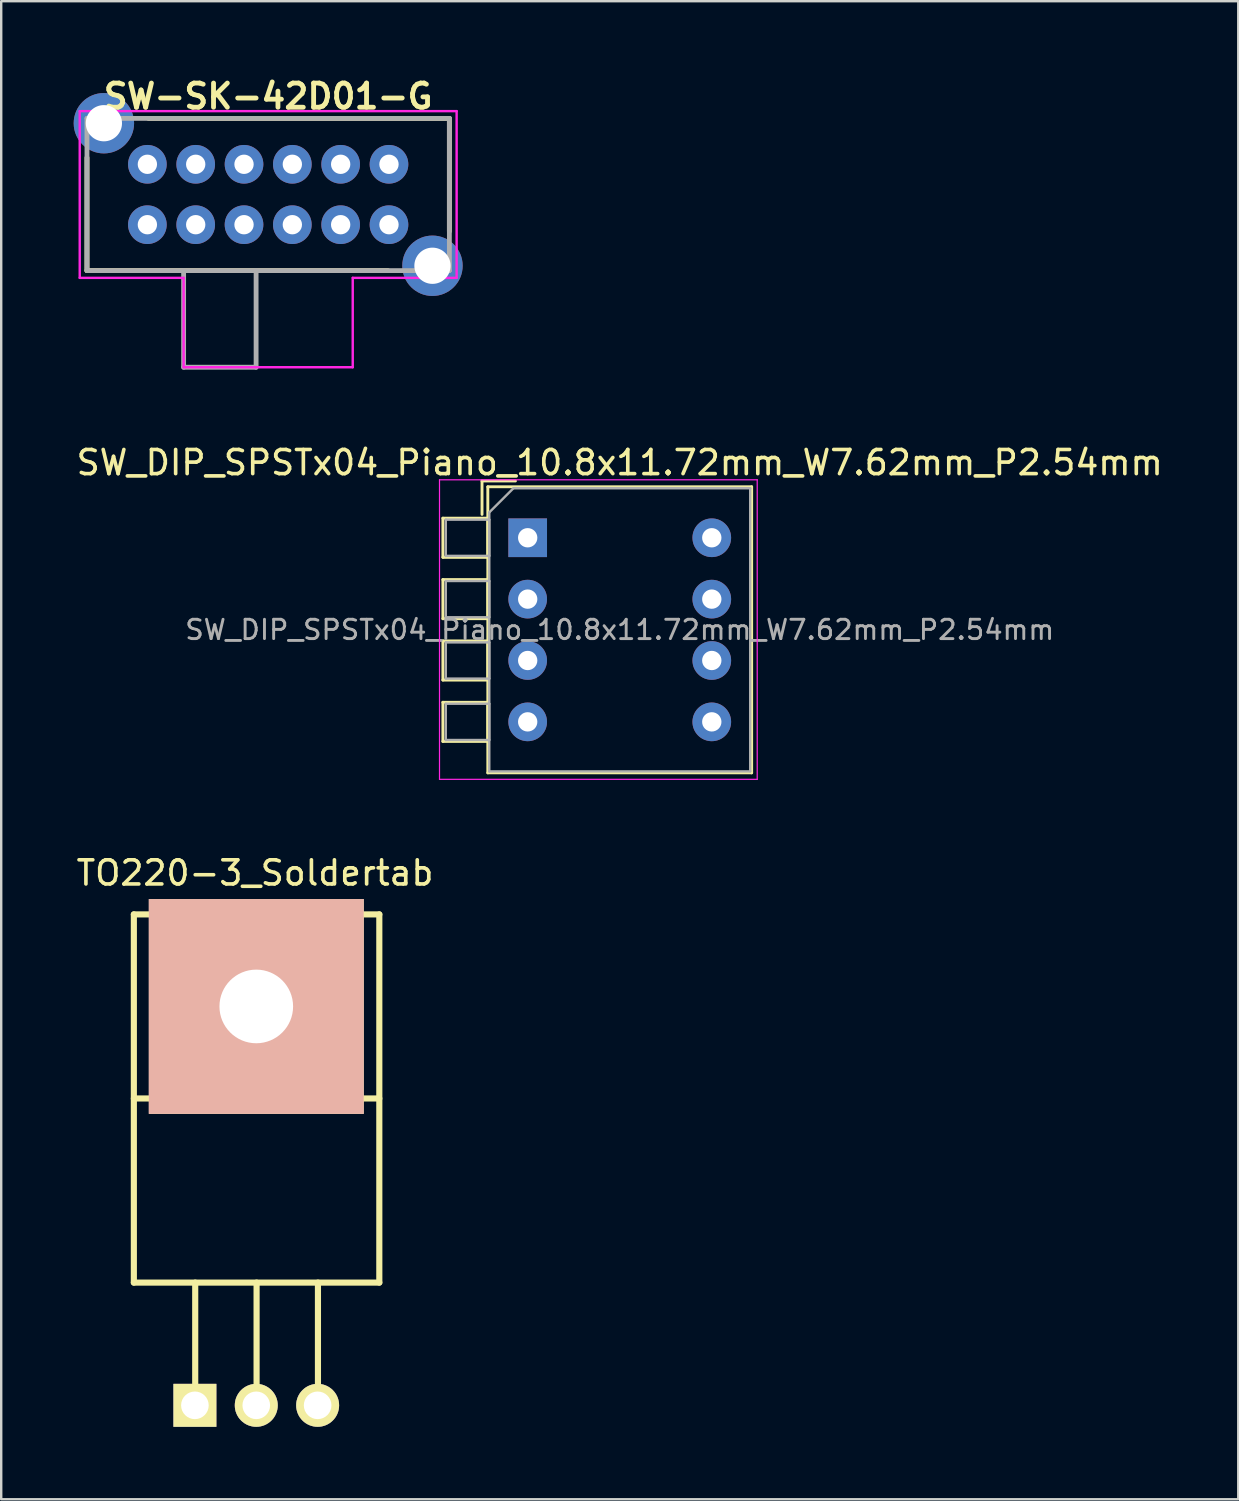
<source format=kicad_pcb>
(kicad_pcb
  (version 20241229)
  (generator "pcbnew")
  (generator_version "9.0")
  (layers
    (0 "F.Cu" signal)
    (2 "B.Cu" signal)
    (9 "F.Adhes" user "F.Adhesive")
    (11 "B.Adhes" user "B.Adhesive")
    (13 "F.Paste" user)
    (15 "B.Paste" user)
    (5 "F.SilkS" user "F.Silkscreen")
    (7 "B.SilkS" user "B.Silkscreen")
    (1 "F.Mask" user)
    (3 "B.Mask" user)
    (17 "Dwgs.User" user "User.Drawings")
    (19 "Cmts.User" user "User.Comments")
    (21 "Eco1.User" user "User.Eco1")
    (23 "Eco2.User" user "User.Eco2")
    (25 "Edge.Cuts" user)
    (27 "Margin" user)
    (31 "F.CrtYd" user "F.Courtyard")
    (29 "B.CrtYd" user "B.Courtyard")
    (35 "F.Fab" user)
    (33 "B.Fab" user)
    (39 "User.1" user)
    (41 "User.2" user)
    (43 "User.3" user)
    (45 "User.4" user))
  (footprint "TO220-3_Soldertab"
    (layer "F.Cu")
    (at 7.557 55.117)
    (property "Reference" "TO220-3_Soldertab" (at -0.051 -22.035 180) (layer "F.SilkS") (effects (font (size 1 1) (thickness 0.15))))
    (attr through_hole)
    (fp_line (start -5.067 -20.32) (end -5.067 -5.08) (stroke (width 0.254) (type solid)) (layer "F.SilkS"))
    (fp_line (start -5.067 -5.08) (end 5.093 -5.08) (stroke (width 0.254) (type solid)) (layer "F.SilkS"))
    (fp_line (start -2.527 0) (end -2.527 -5.08) (stroke (width 0.254) (type solid)) (layer "F.SilkS"))
    (fp_line (start 0.013 0) (end 0.013 -5.08) (stroke (width 0.254) (type solid)) (layer "F.SilkS"))
    (fp_line (start 2.553 0) (end 2.553 -5.08) (stroke (width 0.254) (type solid)) (layer "F.SilkS"))
    (fp_line (start 3.823 -12.7) (end -5.067 -12.7) (stroke (width 0.254) (type solid)) (layer "F.SilkS"))
    (fp_line (start 3.823 -12.7) (end 5.093 -12.7) (stroke (width 0.254) (type solid)) (layer "F.SilkS"))
    (fp_line (start 5.093 -20.32) (end -5.067 -20.32) (stroke (width 0.254) (type solid)) (layer "F.SilkS"))
    (fp_line (start 5.093 -5.08) (end 5.093 -20.32) (stroke (width 0.254) (type solid)) (layer "F.SilkS"))
    (pad "1" thru_hole rect (at -2.54 0) (size 1.778 1.778) (drill 1.143) (layers "*.Cu" "*.Mask" "F.SilkS"))
    (pad "2" thru_hole circle (at 0 0) (size 1.778 1.778) (drill 1.143) (layers "*.Cu" "*.Mask" "F.SilkS"))
    (pad "3" thru_hole circle (at 2.54 0) (size 1.778 1.778) (drill 1.143) (layers "*.Cu" "*.Mask" "F.SilkS"))
    (pad "4" thru_hole rect (at 0 -16.51) (size 8.89 8.89) (drill 3.048) (layers "*.Cu" "*.SilkS" "*.Mask")))
  (footprint "SW_DIP_SPSTx04_Piano_10.8x11.72mm_W7.62mm_P2.54mm"
    (layer "F.Cu")
    (at 18.791 19.208)
    (property "Reference" "SW_DIP_SPSTx04_Piano_10.8x11.72mm_W7.62mm_P2.54mm" (at 3.81 -3.11 180) (layer "F.SilkS") (effects (font (size 1 1) (thickness 0.15))))
    (attr through_hole)
    (fp_line (start -3.51 -0.81) (end -3.51 0.81) (stroke (width 0.12) (type solid)) (layer "F.SilkS"))
    (fp_line (start -3.51 -0.81) (end -1.65 -0.81) (stroke (width 0.12) (type solid)) (layer "F.SilkS"))
    (fp_line (start -3.51 0.81) (end -1.65 0.81) (stroke (width 0.12) (type solid)) (layer "F.SilkS"))
    (fp_line (start -3.51 1.73) (end -3.51 3.35) (stroke (width 0.12) (type solid)) (layer "F.SilkS"))
    (fp_line (start -3.51 1.73) (end -1.65 1.73) (stroke (width 0.12) (type solid)) (layer "F.SilkS"))
    (fp_line (start -3.51 3.35) (end -1.65 3.35) (stroke (width 0.12) (type solid)) (layer "F.SilkS"))
    (fp_line (start -3.51 4.27) (end -3.51 5.89) (stroke (width 0.12) (type solid)) (layer "F.SilkS"))
    (fp_line (start -3.51 4.27) (end -1.65 4.27) (stroke (width 0.12) (type solid)) (layer "F.SilkS"))
    (fp_line (start -3.51 5.89) (end -1.65 5.89) (stroke (width 0.12) (type solid)) (layer "F.SilkS"))
    (fp_line (start -3.51 6.81) (end -3.51 8.43) (stroke (width 0.12) (type solid)) (layer "F.SilkS"))
    (fp_line (start -3.51 6.81) (end -1.65 6.81) (stroke (width 0.12) (type solid)) (layer "F.SilkS"))
    (fp_line (start -3.51 8.43) (end -1.65 8.43) (stroke (width 0.12) (type solid)) (layer "F.SilkS"))
    (fp_line (start -1.89 -2.35) (end -1.89 -0.967) (stroke (width 0.12) (type solid)) (layer "F.SilkS"))
    (fp_line (start -1.89 -2.35) (end -0.507 -2.35) (stroke (width 0.12) (type solid)) (layer "F.SilkS"))
    (fp_line (start -1.65 -2.11) (end -1.65 9.73) (stroke (width 0.12) (type solid)) (layer "F.SilkS"))
    (fp_line (start -1.65 -2.11) (end 9.27 -2.11) (stroke (width 0.12) (type solid)) (layer "F.SilkS"))
    (fp_line (start -1.65 -0.81) (end -1.65 0.81) (stroke (width 0.12) (type solid)) (layer "F.SilkS"))
    (fp_line (start -1.65 1.73) (end -1.65 3.35) (stroke (width 0.12) (type solid)) (layer "F.SilkS"))
    (fp_line (start -1.65 4.27) (end -1.65 5.89) (stroke (width 0.12) (type solid)) (layer "F.SilkS"))
    (fp_line (start -1.65 6.81) (end -1.65 8.43) (stroke (width 0.12) (type solid)) (layer "F.SilkS"))
    (fp_line (start -1.65 9.73) (end 9.27 9.73) (stroke (width 0.12) (type solid)) (layer "F.SilkS"))
    (fp_line (start 9.27 -2.11) (end 9.27 9.73) (stroke (width 0.12) (type solid)) (layer "F.SilkS"))
    (fp_line (start -3.65 -2.4) (end -3.65 10) (stroke (width 0.05) (type solid)) (layer "F.CrtYd"))
    (fp_line (start -3.65 10) (end 9.5 10) (stroke (width 0.05) (type solid)) (layer "F.CrtYd"))
    (fp_line (start 9.5 -2.4) (end -3.65 -2.4) (stroke (width 0.05) (type solid)) (layer "F.CrtYd"))
    (fp_line (start 9.5 10) (end 9.5 -2.4) (stroke (width 0.05) (type solid)) (layer "F.CrtYd"))
    (fp_line (start -3.39 -0.75) (end -1.59 -0.75) (stroke (width 0.1) (type solid)) (layer "F.Fab"))
    (fp_line (start -3.39 0.75) (end -3.39 -0.75) (stroke (width 0.1) (type solid)) (layer "F.Fab"))
    (fp_line (start -3.39 1.79) (end -1.59 1.79) (stroke (width 0.1) (type solid)) (layer "F.Fab"))
    (fp_line (start -3.39 3.29) (end -3.39 1.79) (stroke (width 0.1) (type solid)) (layer "F.Fab"))
    (fp_line (start -3.39 4.33) (end -1.59 4.33) (stroke (width 0.1) (type solid)) (layer "F.Fab"))
    (fp_line (start -3.39 5.83) (end -3.39 4.33) (stroke (width 0.1) (type solid)) (layer "F.Fab"))
    (fp_line (start -3.39 6.87) (end -1.59 6.87) (stroke (width 0.1) (type solid)) (layer "F.Fab"))
    (fp_line (start -3.39 8.37) (end -3.39 6.87) (stroke (width 0.1) (type solid)) (layer "F.Fab"))
    (fp_line (start -1.59 -1.05) (end -0.59 -2.05) (stroke (width 0.1) (type solid)) (layer "F.Fab"))
    (fp_line (start -1.59 -0.75) (end -1.59 0.75) (stroke (width 0.1) (type solid)) (layer "F.Fab"))
    (fp_line (start -1.59 0.75) (end -3.39 0.75) (stroke (width 0.1) (type solid)) (layer "F.Fab"))
    (fp_line (start -1.59 1.79) (end -1.59 3.29) (stroke (width 0.1) (type solid)) (layer "F.Fab"))
    (fp_line (start -1.59 3.29) (end -3.39 3.29) (stroke (width 0.1) (type solid)) (layer "F.Fab"))
    (fp_line (start -1.59 4.33) (end -1.59 5.83) (stroke (width 0.1) (type solid)) (layer "F.Fab"))
    (fp_line (start -1.59 5.83) (end -3.39 5.83) (stroke (width 0.1) (type solid)) (layer "F.Fab"))
    (fp_line (start -1.59 6.87) (end -1.59 8.37) (stroke (width 0.1) (type solid)) (layer "F.Fab"))
    (fp_line (start -1.59 8.37) (end -3.39 8.37) (stroke (width 0.1) (type solid)) (layer "F.Fab"))
    (fp_line (start -1.59 9.67) (end -1.59 -1.05) (stroke (width 0.1) (type solid)) (layer "F.Fab"))
    (fp_line (start -0.59 -2.05) (end 9.21 -2.05) (stroke (width 0.1) (type solid)) (layer "F.Fab"))
    (fp_line (start 9.21 -2.05) (end 9.21 9.67) (stroke (width 0.1) (type solid)) (layer "F.Fab"))
    (fp_line (start 9.21 9.67) (end -1.59 9.67) (stroke (width 0.1) (type solid)) (layer "F.Fab"))
    (fp_text user "${REFERENCE}" (at 3.81 3.81 180) (layer "F.Fab") (effects (font (size 0.8 0.8) (thickness 0.12))))
    (pad "1" thru_hole rect (at 0 0) (size 1.6 1.6) (drill 0.8) (layers "*.Cu" "*.Mask"))
    (pad "2" thru_hole oval (at 0 2.54) (size 1.6 1.6) (drill 0.8) (layers "*.Cu" "*.Mask"))
    (pad "3" thru_hole oval (at 0 5.08) (size 1.6 1.6) (drill 0.8) (layers "*.Cu" "*.Mask"))
    (pad "4" thru_hole oval (at 0 7.62) (size 1.6 1.6) (drill 0.8) (layers "*.Cu" "*.Mask"))
    (pad "5" thru_hole oval (at 7.62 7.62) (size 1.6 1.6) (drill 0.8) (layers "*.Cu" "*.Mask"))
    (pad "6" thru_hole oval (at 7.62 5.08) (size 1.6 1.6) (drill 0.8) (layers "*.Cu" "*.Mask"))
    (pad "7" thru_hole oval (at 7.62 2.54) (size 1.6 1.6) (drill 0.8) (layers "*.Cu" "*.Mask"))
    (pad "8" thru_hole oval (at 7.62 0) (size 1.6 1.6) (drill 0.8) (layers "*.Cu" "*.Mask")))
  (footprint "SW-SK-42D01-G"
    (layer "F.Cu")
    (at 8.05 5)
    (property "Reference" "SW-SK-42D01-G" (at 0 -4.064 0) (layer "F.SilkS") (effects (font (size 1 1) (thickness 0.2))))
    (attr through_hole)
    (fp_line (start -7.5 -1.524) (end -7.5 3.15) (stroke (width 0.2) (type solid)) (layer "F.SilkS"))
    (fp_line (start -7.5 3.15) (end 4.953 3.15) (stroke (width 0.2) (type solid)) (layer "F.SilkS"))
    (fp_line (start -4.953 -3.15) (end 7.5 -3.15) (stroke (width 0.2) (type solid)) (layer "F.SilkS"))
    (fp_line (start 7.5 -3.15) (end 7.5 1.524) (stroke (width 0.2) (type solid)) (layer "F.SilkS"))
    (fp_line (start -7.8 -3.45) (end -7.8 3.45) (stroke (width 0.1) (type solid)) (layer "F.CrtYd"))
    (fp_line (start -7.8 -3.45) (end 7.8 -3.45) (stroke (width 0.1) (type solid)) (layer "F.CrtYd"))
    (fp_line (start -7.8 3.45) (end -3.5 3.45) (stroke (width 0.1) (type solid)) (layer "F.CrtYd"))
    (fp_line (start -3.5 3.45) (end -3.5 7.15) (stroke (width 0.1) (type solid)) (layer "F.CrtYd"))
    (fp_line (start -3.5 7.15) (end 3.5 7.15) (stroke (width 0.1) (type solid)) (layer "F.CrtYd"))
    (fp_line (start 3.5 3.45) (end 7.8 3.45) (stroke (width 0.1) (type solid)) (layer "F.CrtYd"))
    (fp_line (start 3.5 7.15) (end 3.5 3.45) (stroke (width 0.1) (type solid)) (layer "F.CrtYd"))
    (fp_line (start 7.8 3.45) (end 7.8 -3.45) (stroke (width 0.1) (type solid)) (layer "F.CrtYd"))
    (fp_line (start -7.5 -3.15) (end -7.5 3.15) (stroke (width 0.2) (type solid)) (layer "F.Fab"))
    (fp_line (start -7.5 -3.15) (end 7.5 -3.15) (stroke (width 0.2) (type solid)) (layer "F.Fab"))
    (fp_line (start -7.5 3.15) (end 7.5 3.15) (stroke (width 0.2) (type solid)) (layer "F.Fab"))
    (fp_line (start -3.5 3.15) (end -3.5 7.15) (stroke (width 0.2) (type solid)) (layer "F.Fab"))
    (fp_line (start -3.5 7.15) (end -0.5 7.15) (stroke (width 0.2) (type solid)) (layer "F.Fab"))
    (fp_line (start -0.5 3.15) (end -0.5 7.15) (stroke (width 0.2) (type solid)) (layer "F.Fab"))
    (fp_line (start 7.5 -3.15) (end 7.5 3.15) (stroke (width 0.2) (type solid)) (layer "F.Fab"))
    (pad "0" thru_hole circle (at -6.8 -2.95) (size 2.5 2.5) (drill 1.5) (layers "*.Cu" "*.Mask"))
    (pad "0" thru_hole circle (at 6.8 2.95) (size 2.5 2.5) (drill 1.5) (layers "*.Cu" "*.Mask"))
    (pad "1" thru_hole circle (at -5 -1.25) (size 1.6 1.6) (drill 0.8) (layers "*.Cu" "*.Mask"))
    (pad "2" thru_hole circle (at -3 -1.25) (size 1.6 1.6) (drill 0.8) (layers "*.Cu" "*.Mask"))
    (pad "3" thru_hole circle (at -1 -1.25) (size 1.6 1.6) (drill 0.8) (layers "*.Cu" "*.Mask"))
    (pad "4" thru_hole circle (at 1 -1.25) (size 1.6 1.6) (drill 0.8) (layers "*.Cu" "*.Mask"))
    (pad "5" thru_hole circle (at 3 -1.25) (size 1.6 1.6) (drill 0.8) (layers "*.Cu" "*.Mask"))
    (pad "6" thru_hole circle (at 5 -1.25) (size 1.6 1.6) (drill 0.8) (layers "*.Cu" "*.Mask"))
    (pad "7" thru_hole circle (at -5 1.25) (size 1.6 1.6) (drill 0.8) (layers "*.Cu" "*.Mask"))
    (pad "8" thru_hole circle (at -3 1.25) (size 1.6 1.6) (drill 0.8) (layers "*.Cu" "*.Mask"))
    (pad "9" thru_hole circle (at -1 1.25) (size 1.6 1.6) (drill 0.8) (layers "*.Cu" "*.Mask"))
    (pad "10" thru_hole circle (at 1 1.25) (size 1.6 1.6) (drill 0.8) (layers "*.Cu" "*.Mask"))
    (pad "11" thru_hole circle (at 3 1.25) (size 1.6 1.6) (drill 0.8) (layers "*.Cu" "*.Mask"))
    (pad "12" thru_hole circle (at 5 1.25) (size 1.6 1.6) (drill 0.8) (layers "*.Cu" "*.Mask")))
  (gr_rect
    (start -3 -3)
    (end 48.202 59.005)
    (stroke (width 0.1) (type default))
    (fill no)
    (layer "Edge.Cuts")))
</source>
